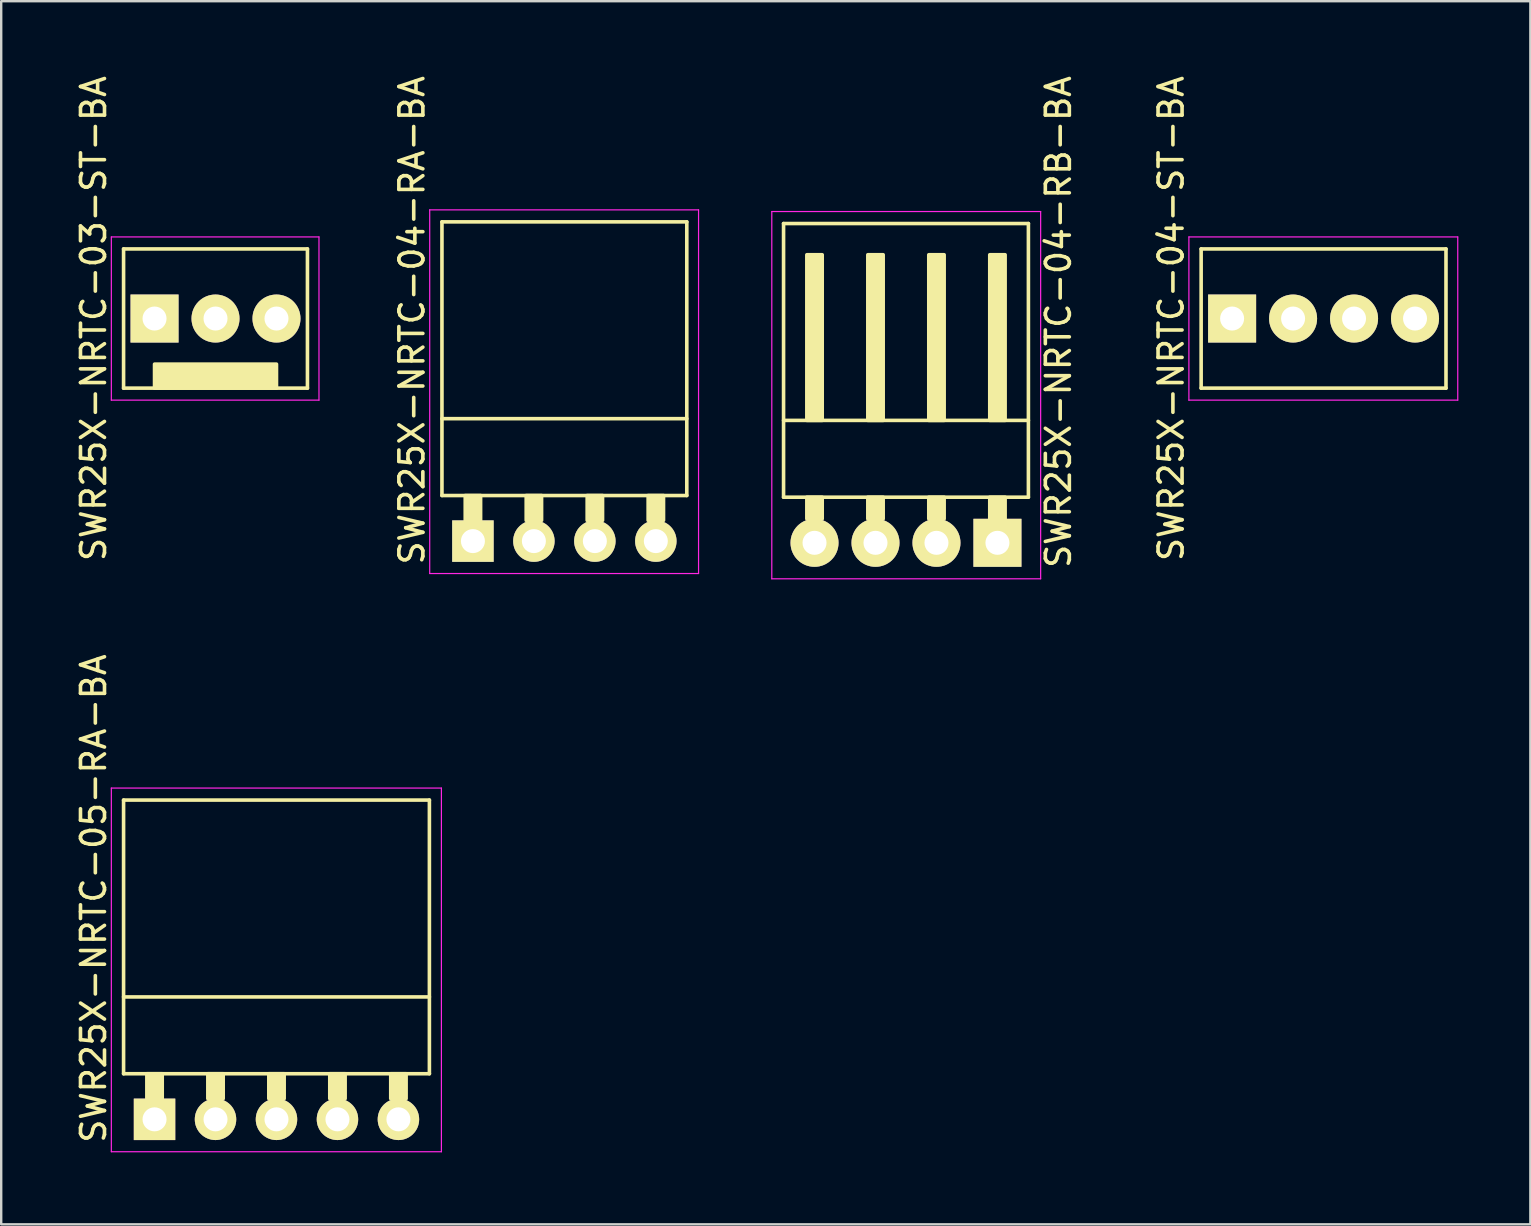
<source format=kicad_pcb>
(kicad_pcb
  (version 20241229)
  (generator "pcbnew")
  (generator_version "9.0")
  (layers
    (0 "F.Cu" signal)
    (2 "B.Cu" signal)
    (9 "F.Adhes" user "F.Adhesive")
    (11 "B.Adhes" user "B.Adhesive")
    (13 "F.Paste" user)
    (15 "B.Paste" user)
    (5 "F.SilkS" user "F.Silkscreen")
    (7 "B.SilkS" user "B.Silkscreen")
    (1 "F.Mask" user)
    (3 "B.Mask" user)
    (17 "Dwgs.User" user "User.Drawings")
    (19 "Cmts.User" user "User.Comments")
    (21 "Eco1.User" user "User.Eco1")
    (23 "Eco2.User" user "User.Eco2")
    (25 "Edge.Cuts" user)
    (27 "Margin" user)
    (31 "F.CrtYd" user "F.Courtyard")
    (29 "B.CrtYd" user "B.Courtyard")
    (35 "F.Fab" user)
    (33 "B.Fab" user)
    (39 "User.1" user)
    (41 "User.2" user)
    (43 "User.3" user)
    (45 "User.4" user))
  (footprint "SWR25X-NRTC-04-ST-BA"
    (layer "F.Cu")
    (at 48.278 10.22)
    (property "Reference" "SWR25X-NRTC-04-ST-BA" (at -2.54 0 270) (layer "F.SilkS") (effects (font (size 1 1) (thickness 0.15))))
    (attr through_hole)
    (fp_line (start -1.29 -2.9) (end 8.91 -2.9) (stroke (width 0.15) (type solid)) (layer "F.SilkS"))
    (fp_line (start -1.29 2.9) (end -1.29 -2.9) (stroke (width 0.15) (type solid)) (layer "F.SilkS"))
    (fp_line (start -1.29 2.9) (end 8.91 2.9) (stroke (width 0.15) (type solid)) (layer "F.SilkS"))
    (fp_line (start 8.91 2.9) (end 8.91 -2.9) (stroke (width 0.15) (type solid)) (layer "F.SilkS"))
    (fp_line (start -1.8 -3.4) (end 9.4 -3.4) (stroke (width 0.05) (type solid)) (layer "F.CrtYd"))
    (fp_line (start -1.8 3.4) (end -1.8 -3.4) (stroke (width 0.05) (type solid)) (layer "F.CrtYd"))
    (fp_line (start -1.8 3.4) (end 9.4 3.4) (stroke (width 0.05) (type solid)) (layer "F.CrtYd"))
    (fp_line (start 9.4 3.4) (end 9.4 -3.4) (stroke (width 0.05) (type solid)) (layer "F.CrtYd"))
    (pad "1" thru_hole rect (at 0 0) (size 2 2) (drill 1) (layers "*.Cu" "*.Mask" "F.SilkS"))
    (pad "2" thru_hole circle (at 2.54 0) (size 2 2) (drill 1) (layers "*.Cu" "*.Mask" "F.SilkS"))
    (pad "3" thru_hole circle (at 5.08 0) (size 2 2) (drill 1) (layers "*.Cu" "*.Mask" "F.SilkS"))
    (pad "4" thru_hole circle (at 7.62 0) (size 2 2) (drill 1) (layers "*.Cu" "*.Mask" "F.SilkS")))
  (footprint "SWR25X-NRTC-05-RA-BA"
    (layer "F.Cu")
    (at 3.388 43.58)
    (property "Reference" "SWR25X-NRTC-05-RA-BA" (at -2.54 -9.2 270) (layer "F.SilkS") (effects (font (size 1 1) (thickness 0.15))))
    (attr through_hole)
    (fp_line (start -1.29 -13.3) (end -1.29 -1.9) (stroke (width 0.15) (type solid)) (layer "F.SilkS"))
    (fp_line (start -1.29 -13.3) (end 11.45 -13.3) (stroke (width 0.15) (type solid)) (layer "F.SilkS"))
    (fp_line (start -1.29 -5.1) (end 11.45 -5.1) (stroke (width 0.15) (type solid)) (layer "F.SilkS"))
    (fp_line (start -1.29 -1.9) (end 11.45 -1.9) (stroke (width 0.15) (type solid)) (layer "F.SilkS"))
    (fp_line (start 11.45 -13.3) (end 11.45 -1.9) (stroke (width 0.15) (type solid)) (layer "F.SilkS"))
    (fp_poly (pts (xy 0.32 -1.9) (xy -0.32 -1.9) (xy -0.32 -0.864) (xy 0.32 -0.864)) (stroke (width 0.15) (type solid)) (fill yes) (layer "F.SilkS"))
    (fp_poly (pts (xy 2.86 -1.9) (xy 2.22 -1.9) (xy 2.22 -0.864) (xy 2.86 -0.864)) (stroke (width 0.15) (type solid)) (fill yes) (layer "F.SilkS"))
    (fp_poly (pts (xy 5.4 -1.9) (xy 4.76 -1.9) (xy 4.76 -0.864) (xy 5.4 -0.864)) (stroke (width 0.15) (type solid)) (fill yes) (layer "F.SilkS"))
    (fp_poly (pts (xy 7.94 -1.9) (xy 7.3 -1.9) (xy 7.3 -0.864) (xy 7.94 -0.864)) (stroke (width 0.15) (type solid)) (fill yes) (layer "F.SilkS"))
    (fp_poly (pts (xy 10.48 -1.9) (xy 9.84 -1.9) (xy 9.84 -0.864) (xy 10.48 -0.864)) (stroke (width 0.15) (type solid)) (fill yes) (layer "F.SilkS"))
    (fp_line (start -1.8 -13.8) (end -1.8 1.35) (stroke (width 0.05) (type solid)) (layer "F.CrtYd"))
    (fp_line (start -1.8 -13.8) (end 11.95 -13.8) (stroke (width 0.05) (type solid)) (layer "F.CrtYd"))
    (fp_line (start -1.8 1.35) (end 11.95 1.35) (stroke (width 0.05) (type solid)) (layer "F.CrtYd"))
    (fp_line (start 11.95 -13.8) (end 11.95 1.35) (stroke (width 0.05) (type solid)) (layer "F.CrtYd"))
    (pad "1" thru_hole rect (at 0 0) (size 1.727 1.727) (drill 1) (layers "*.Cu" "*.Mask" "F.SilkS"))
    (pad "2" thru_hole circle (at 2.54 0) (size 1.727 1.727) (drill 1) (layers "*.Cu" "*.Mask" "F.SilkS"))
    (pad "3" thru_hole circle (at 5.08 0) (size 1.727 1.727) (drill 1) (layers "*.Cu" "*.Mask" "F.SilkS"))
    (pad "4" thru_hole circle (at 7.62 0) (size 1.727 1.727) (drill 1) (layers "*.Cu" "*.Mask" "F.SilkS"))
    (pad "5" thru_hole circle (at 10.16 0) (size 1.727 1.727) (drill 1) (layers "*.Cu" "*.Mask" "F.SilkS")))
  (footprint "SWR25X-NRTC-04-RB-BA"
    (layer "F.Cu")
    (at 38.502 19.563)
    (property "Reference" "SWR25X-NRTC-04-RB-BA" (at 2.54 -9.2 270) (layer "F.SilkS") (effects (font (size 1 1) (thickness 0.15))))
    (attr through_hole)
    (fp_line (start -8.91 -13.3) (end -8.91 -1.9) (stroke (width 0.15) (type solid)) (layer "F.SilkS"))
    (fp_line (start 1.29 -13.3) (end -8.91 -13.3) (stroke (width 0.15) (type solid)) (layer "F.SilkS"))
    (fp_line (start 1.29 -13.3) (end 1.29 -1.9) (stroke (width 0.15) (type solid)) (layer "F.SilkS"))
    (fp_line (start 1.29 -5.1) (end -8.91 -5.1) (stroke (width 0.15) (type solid)) (layer "F.SilkS"))
    (fp_line (start 1.29 -1.9) (end -8.91 -1.9) (stroke (width 0.15) (type solid)) (layer "F.SilkS"))
    (fp_poly (pts (xy -7.3 -5.1) (xy -7.94 -5.1) (xy -7.94 -12) (xy -7.3 -12)) (stroke (width 0.15) (type solid)) (fill yes) (layer "F.SilkS"))
    (fp_poly (pts (xy -7.3 -1.9) (xy -7.94 -1.9) (xy -7.94 -1) (xy -7.3 -1)) (stroke (width 0.15) (type solid)) (fill yes) (layer "F.SilkS"))
    (fp_poly (pts (xy -4.76 -5.1) (xy -5.4 -5.1) (xy -5.4 -12) (xy -4.76 -12)) (stroke (width 0.15) (type solid)) (fill yes) (layer "F.SilkS"))
    (fp_poly (pts (xy -4.76 -1.9) (xy -5.4 -1.9) (xy -5.4 -1) (xy -4.76 -1)) (stroke (width 0.15) (type solid)) (fill yes) (layer "F.SilkS"))
    (fp_poly (pts (xy -2.22 -5.1) (xy -2.86 -5.1) (xy -2.86 -12) (xy -2.22 -12)) (stroke (width 0.15) (type solid)) (fill yes) (layer "F.SilkS"))
    (fp_poly (pts (xy -2.22 -1.9) (xy -2.86 -1.9) (xy -2.86 -1) (xy -2.22 -1)) (stroke (width 0.15) (type solid)) (fill yes) (layer "F.SilkS"))
    (fp_poly (pts (xy 0.32 -5.1) (xy -0.32 -5.1) (xy -0.32 -12) (xy 0.32 -12)) (stroke (width 0.15) (type solid)) (fill yes) (layer "F.SilkS"))
    (fp_poly (pts (xy 0.32 -1.9) (xy -0.32 -1.9) (xy -0.32 -1) (xy 0.32 -1)) (stroke (width 0.15) (type solid)) (fill yes) (layer "F.SilkS"))
    (fp_line (start -9.4 -13.8) (end -9.4 1.5) (stroke (width 0.05) (type solid)) (layer "F.CrtYd"))
    (fp_line (start 1.8 -13.8) (end -9.4 -13.8) (stroke (width 0.05) (type solid)) (layer "F.CrtYd"))
    (fp_line (start 1.8 -13.8) (end 1.8 1.5) (stroke (width 0.05) (type solid)) (layer "F.CrtYd"))
    (fp_line (start 1.8 1.5) (end -9.4 1.5) (stroke (width 0.05) (type solid)) (layer "F.CrtYd"))
    (pad "1" thru_hole rect (at 0 0) (size 2 2) (drill 1) (layers "*.Cu" "*.Mask" "F.SilkS"))
    (pad "2" thru_hole circle (at -2.54 0) (size 2 2) (drill 1) (layers "*.Cu" "*.Mask" "F.SilkS"))
    (pad "3" thru_hole circle (at -5.08 0) (size 2 2) (drill 1) (layers "*.Cu" "*.Mask" "F.SilkS"))
    (pad "4" thru_hole circle (at -7.62 0) (size 2 2) (drill 1) (layers "*.Cu" "*.Mask" "F.SilkS")))
  (footprint "SWR25X-NRTC-03-ST-BA"
    (layer "F.Cu")
    (at 3.388 10.22)
    (property "Reference" "SWR25X-NRTC-03-ST-BA" (at -2.54 0 270) (layer "F.SilkS") (effects (font (size 1 1) (thickness 0.15))))
    (attr through_hole)
    (fp_line (start -1.29 -2.9) (end 6.37 -2.9) (stroke (width 0.15) (type solid)) (layer "F.SilkS"))
    (fp_line (start -1.29 2.9) (end -1.29 -2.9) (stroke (width 0.15) (type solid)) (layer "F.SilkS"))
    (fp_line (start -1.29 2.9) (end 6.37 2.9) (stroke (width 0.15) (type solid)) (layer "F.SilkS"))
    (fp_line (start 6.37 2.9) (end 6.37 -2.9) (stroke (width 0.15) (type solid)) (layer "F.SilkS"))
    (fp_poly (pts (xy 5.08 2.9) (xy 0 2.9) (xy 0 1.9) (xy 5.08 1.9)) (stroke (width 0.15) (type solid)) (fill yes) (layer "F.SilkS"))
    (fp_line (start -1.8 -3.4) (end 6.85 -3.4) (stroke (width 0.05) (type solid)) (layer "F.CrtYd"))
    (fp_line (start -1.8 3.4) (end -1.8 -3.4) (stroke (width 0.05) (type solid)) (layer "F.CrtYd"))
    (fp_line (start -1.8 3.4) (end 6.85 3.4) (stroke (width 0.05) (type solid)) (layer "F.CrtYd"))
    (fp_line (start 6.85 3.4) (end 6.85 -3.4) (stroke (width 0.05) (type solid)) (layer "F.CrtYd"))
    (pad "1" thru_hole rect (at 0 0) (size 2 2) (drill 1) (layers "*.Cu" "*.Mask" "F.SilkS"))
    (pad "2" thru_hole circle (at 2.54 0) (size 2 2) (drill 1) (layers "*.Cu" "*.Mask" "F.SilkS"))
    (pad "3" thru_hole circle (at 5.08 0) (size 2 2) (drill 1) (layers "*.Cu" "*.Mask" "F.SilkS")))
  (footprint "SWR25X-NRTC-04-RA-BA"
    (layer "F.Cu")
    (at 16.651 19.492)
    (property "Reference" "SWR25X-NRTC-04-RA-BA" (at -2.54 -9.2 270) (layer "F.SilkS") (effects (font (size 1 1) (thickness 0.15))))
    (attr through_hole)
    (fp_line (start -1.29 -13.3) (end -1.29 -1.9) (stroke (width 0.15) (type solid)) (layer "F.SilkS"))
    (fp_line (start -1.29 -13.3) (end 8.91 -13.3) (stroke (width 0.15) (type solid)) (layer "F.SilkS"))
    (fp_line (start -1.29 -5.1) (end 8.91 -5.1) (stroke (width 0.15) (type solid)) (layer "F.SilkS"))
    (fp_line (start -1.29 -1.9) (end 8.91 -1.9) (stroke (width 0.15) (type solid)) (layer "F.SilkS"))
    (fp_line (start 8.91 -13.3) (end 8.91 -1.9) (stroke (width 0.15) (type solid)) (layer "F.SilkS"))
    (fp_poly (pts (xy 0.32 -1.9) (xy -0.32 -1.9) (xy -0.32 -0.864) (xy 0.32 -0.864)) (stroke (width 0.15) (type solid)) (fill yes) (layer "F.SilkS"))
    (fp_poly (pts (xy 2.86 -1.9) (xy 2.22 -1.9) (xy 2.22 -0.864) (xy 2.86 -0.864)) (stroke (width 0.15) (type solid)) (fill yes) (layer "F.SilkS"))
    (fp_poly (pts (xy 5.4 -1.9) (xy 4.76 -1.9) (xy 4.76 -0.864) (xy 5.4 -0.864)) (stroke (width 0.15) (type solid)) (fill yes) (layer "F.SilkS"))
    (fp_poly (pts (xy 7.94 -1.9) (xy 7.3 -1.9) (xy 7.3 -0.864) (xy 7.94 -0.864)) (stroke (width 0.15) (type solid)) (fill yes) (layer "F.SilkS"))
    (fp_line (start -1.8 -13.8) (end -1.8 1.35) (stroke (width 0.05) (type solid)) (layer "F.CrtYd"))
    (fp_line (start -1.8 -13.8) (end 9.4 -13.8) (stroke (width 0.05) (type solid)) (layer "F.CrtYd"))
    (fp_line (start -1.8 1.35) (end 9.4 1.35) (stroke (width 0.05) (type solid)) (layer "F.CrtYd"))
    (fp_line (start 9.4 -13.8) (end 9.4 1.35) (stroke (width 0.05) (type solid)) (layer "F.CrtYd"))
    (pad "1" thru_hole rect (at 0 0) (size 1.727 1.727) (drill 1) (layers "*.Cu" "*.Mask" "F.SilkS"))
    (pad "2" thru_hole circle (at 2.54 0) (size 1.727 1.727) (drill 1) (layers "*.Cu" "*.Mask" "F.SilkS"))
    (pad "3" thru_hole circle (at 5.08 0) (size 1.727 1.727) (drill 1) (layers "*.Cu" "*.Mask" "F.SilkS"))
    (pad "4" thru_hole circle (at 7.62 0) (size 1.727 1.727) (drill 1) (layers "*.Cu" "*.Mask" "F.SilkS")))
  (gr_rect
    (start -3 -3)
    (end 60.703 47.955)
    (stroke (width 0.1) (type default))
    (fill no)
    (layer "Edge.Cuts")))
</source>
